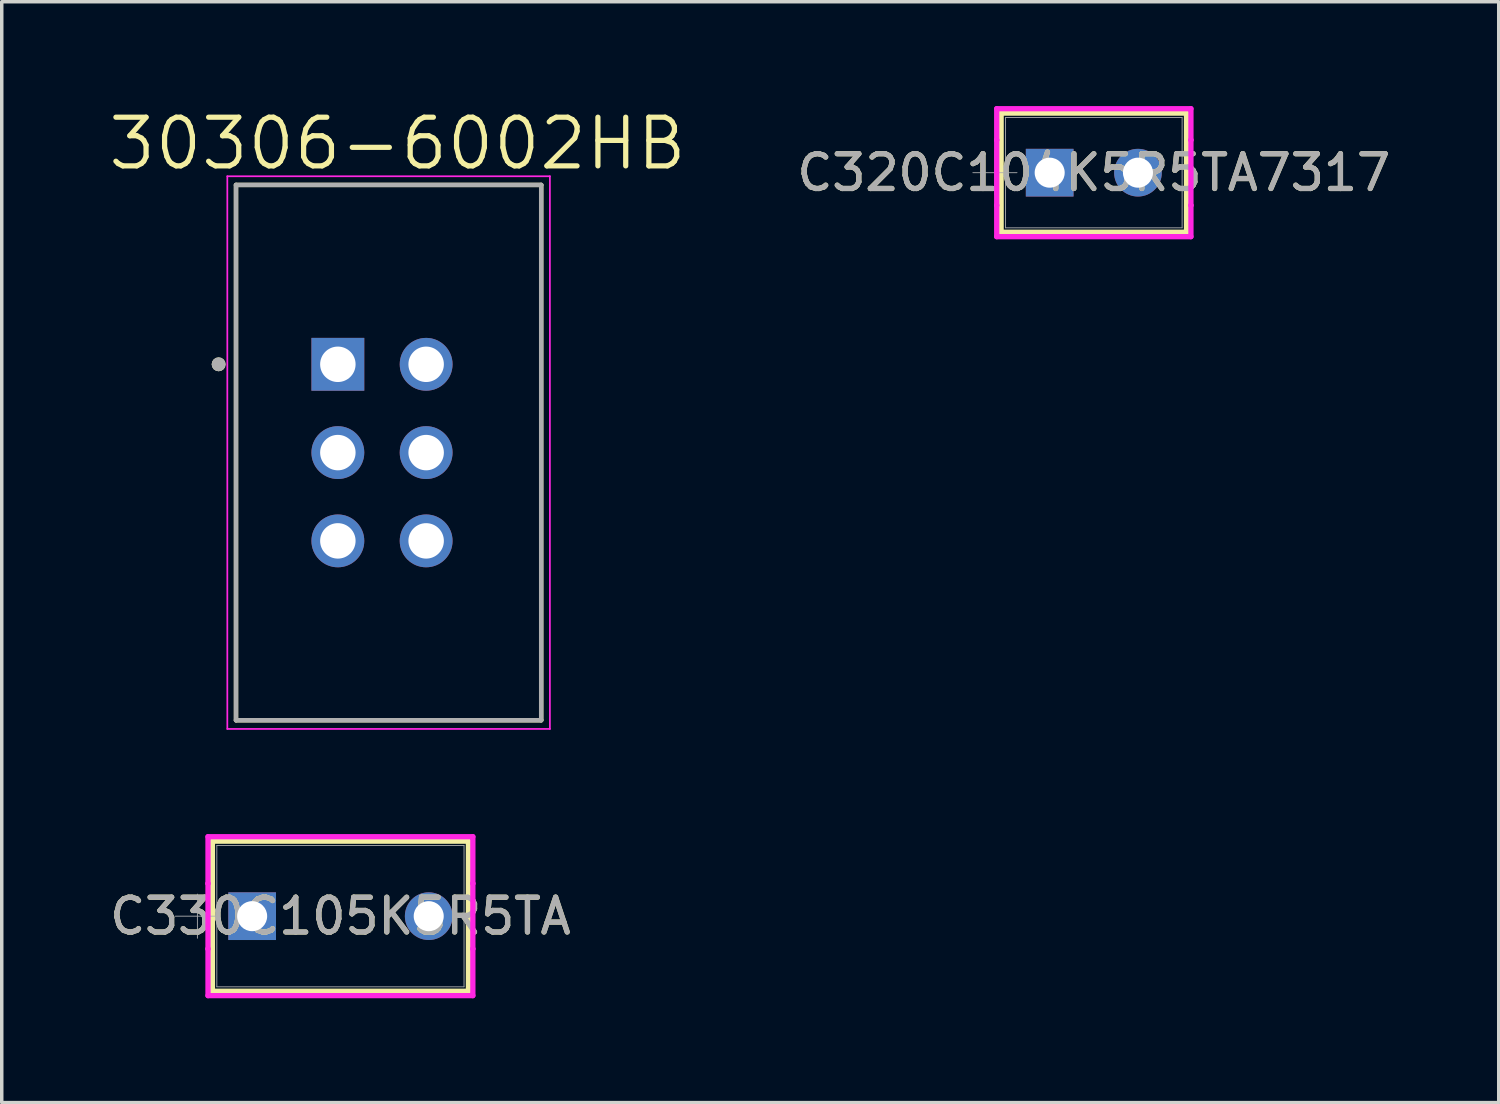
<source format=kicad_pcb>
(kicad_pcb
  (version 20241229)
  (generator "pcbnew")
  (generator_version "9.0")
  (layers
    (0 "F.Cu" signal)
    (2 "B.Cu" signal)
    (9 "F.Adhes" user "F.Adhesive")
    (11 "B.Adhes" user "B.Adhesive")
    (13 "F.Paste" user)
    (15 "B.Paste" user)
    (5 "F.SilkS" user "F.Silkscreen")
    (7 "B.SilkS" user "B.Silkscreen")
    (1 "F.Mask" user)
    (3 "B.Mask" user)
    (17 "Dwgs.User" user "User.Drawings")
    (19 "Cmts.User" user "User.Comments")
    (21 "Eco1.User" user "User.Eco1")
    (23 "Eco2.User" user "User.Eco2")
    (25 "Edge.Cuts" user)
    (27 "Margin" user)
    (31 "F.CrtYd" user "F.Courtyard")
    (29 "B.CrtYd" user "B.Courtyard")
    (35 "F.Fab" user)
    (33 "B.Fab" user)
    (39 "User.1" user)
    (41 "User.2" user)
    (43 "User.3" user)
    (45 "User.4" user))
  (footprint "C330C105K5R5TA"
    (layer "F.Cu")
    (at 4.204 23.308)
    (property "Reference" "C330C105K5R5TA" (at 2.54 0 0) (unlocked yes) (layer "F.SilkS") (effects (font (size 1 1) (thickness 0.15))))
    (attr through_hole)
    (fp_line (start -1.143 -2.159) (end -1.143 2.159) (stroke (width 0.152) (type solid)) (layer "F.SilkS"))
    (fp_line (start -1.143 2.159) (end 6.223 2.159) (stroke (width 0.152) (type solid)) (layer "F.SilkS"))
    (fp_line (start 6.223 -2.159) (end -1.143 -2.159) (stroke (width 0.152) (type solid)) (layer "F.SilkS"))
    (fp_line (start 6.223 2.159) (end 6.223 -2.159) (stroke (width 0.152) (type solid)) (layer "F.SilkS"))
    (fp_line (start -1.27 -2.286) (end 6.35 -2.286) (stroke (width 0.152) (type solid)) (layer "F.CrtYd"))
    (fp_line (start -1.27 -0.94) (end -1.27 -2.286) (stroke (width 0.152) (type solid)) (layer "F.CrtYd"))
    (fp_line (start -1.27 -0.94) (end -1.27 -0.94) (stroke (width 0.152) (type solid)) (layer "F.CrtYd"))
    (fp_line (start -1.27 0.94) (end -1.27 -0.94) (stroke (width 0.152) (type solid)) (layer "F.CrtYd"))
    (fp_line (start -1.27 0.94) (end -1.27 0.94) (stroke (width 0.152) (type solid)) (layer "F.CrtYd"))
    (fp_line (start -1.27 2.286) (end -1.27 0.94) (stroke (width 0.152) (type solid)) (layer "F.CrtYd"))
    (fp_line (start 6.35 -2.286) (end 6.35 -0.94) (stroke (width 0.152) (type solid)) (layer "F.CrtYd"))
    (fp_line (start 6.35 -0.94) (end 6.35 -0.94) (stroke (width 0.152) (type solid)) (layer "F.CrtYd"))
    (fp_line (start 6.35 -0.94) (end 6.35 0.94) (stroke (width 0.152) (type solid)) (layer "F.CrtYd"))
    (fp_line (start 6.35 0.94) (end 6.35 0.94) (stroke (width 0.152) (type solid)) (layer "F.CrtYd"))
    (fp_line (start 6.35 0.94) (end 6.35 2.286) (stroke (width 0.152) (type solid)) (layer "F.CrtYd"))
    (fp_line (start 6.35 2.286) (end -1.27 2.286) (stroke (width 0.152) (type solid)) (layer "F.CrtYd"))
    (fp_line (start -2.21 0) (end -0.94 0) (stroke (width 0.025) (type solid)) (layer "F.Fab"))
    (fp_line (start -1.575 -0.635) (end -1.575 0.635) (stroke (width 0.025) (type solid)) (layer "F.Fab"))
    (fp_line (start -1.016 -2.032) (end -1.016 2.032) (stroke (width 0.025) (type solid)) (layer "F.Fab"))
    (fp_line (start -1.016 2.032) (end 6.096 2.032) (stroke (width 0.025) (type solid)) (layer "F.Fab"))
    (fp_line (start 6.096 -2.032) (end -1.016 -2.032) (stroke (width 0.025) (type solid)) (layer "F.Fab"))
    (fp_line (start 6.096 2.032) (end 6.096 -2.032) (stroke (width 0.025) (type solid)) (layer "F.Fab"))
    (fp_text user "${REFERENCE}" (at 2.54 0 0) (unlocked yes) (layer "F.Fab") (effects (font (size 1 1) (thickness 0.15))))
    (pad "1" thru_hole rect (at 0 0) (size 1.372 1.372) (drill 0.864) (layers "*.Cu" "*.Mask"))
    (pad "2" thru_hole circle (at 5.08 0) (size 1.372 1.372) (drill 0.864) (layers "*.Cu" "*.Mask")))
  (footprint "C320C104K5R5TA7317"
    (layer "F.Cu")
    (at 27.149 1.918)
    (property "Reference" "C320C104K5R5TA7317" (at 1.27 0 0) (unlocked yes) (layer "F.SilkS") (effects (font (size 1 1) (thickness 0.15))))
    (attr through_hole)
    (fp_line (start -1.397 -1.714) (end -1.397 1.714) (stroke (width 0.152) (type solid)) (layer "F.SilkS"))
    (fp_line (start -1.397 1.714) (end 3.937 1.714) (stroke (width 0.152) (type solid)) (layer "F.SilkS"))
    (fp_line (start 3.937 -1.714) (end -1.397 -1.714) (stroke (width 0.152) (type solid)) (layer "F.SilkS"))
    (fp_line (start 3.937 1.714) (end 3.937 -1.714) (stroke (width 0.152) (type solid)) (layer "F.SilkS"))
    (fp_line (start -1.524 -1.841) (end 4.064 -1.841) (stroke (width 0.152) (type solid)) (layer "F.CrtYd"))
    (fp_line (start -1.524 -0.94) (end -1.524 -1.841) (stroke (width 0.152) (type solid)) (layer "F.CrtYd"))
    (fp_line (start -1.524 -0.94) (end -1.524 -0.94) (stroke (width 0.152) (type solid)) (layer "F.CrtYd"))
    (fp_line (start -1.524 0.94) (end -1.524 -0.94) (stroke (width 0.152) (type solid)) (layer "F.CrtYd"))
    (fp_line (start -1.524 0.94) (end -1.524 0.94) (stroke (width 0.152) (type solid)) (layer "F.CrtYd"))
    (fp_line (start -1.524 1.841) (end -1.524 0.94) (stroke (width 0.152) (type solid)) (layer "F.CrtYd"))
    (fp_line (start 4.064 -1.841) (end 4.064 -0.94) (stroke (width 0.152) (type solid)) (layer "F.CrtYd"))
    (fp_line (start 4.064 -0.94) (end 4.064 -0.94) (stroke (width 0.152) (type solid)) (layer "F.CrtYd"))
    (fp_line (start 4.064 -0.94) (end 4.064 0.94) (stroke (width 0.152) (type solid)) (layer "F.CrtYd"))
    (fp_line (start 4.064 0.94) (end 4.064 0.94) (stroke (width 0.152) (type solid)) (layer "F.CrtYd"))
    (fp_line (start 4.064 0.94) (end 4.064 1.841) (stroke (width 0.152) (type solid)) (layer "F.CrtYd"))
    (fp_line (start 4.064 1.841) (end -1.524 1.841) (stroke (width 0.152) (type solid)) (layer "F.CrtYd"))
    (fp_line (start -2.21 0) (end -0.94 0) (stroke (width 0.025) (type solid)) (layer "F.Fab"))
    (fp_line (start -1.575 -0.635) (end -1.575 0.635) (stroke (width 0.025) (type solid)) (layer "F.Fab"))
    (fp_line (start -1.27 -1.587) (end -1.27 1.587) (stroke (width 0.025) (type solid)) (layer "F.Fab"))
    (fp_line (start -1.27 1.587) (end 3.81 1.587) (stroke (width 0.025) (type solid)) (layer "F.Fab"))
    (fp_line (start 3.81 -1.587) (end -1.27 -1.587) (stroke (width 0.025) (type solid)) (layer "F.Fab"))
    (fp_line (start 3.81 1.587) (end 3.81 -1.587) (stroke (width 0.025) (type solid)) (layer "F.Fab"))
    (fp_text user "${REFERENCE}" (at 1.27 0 0) (unlocked yes) (layer "F.Fab") (effects (font (size 1 1) (thickness 0.15))))
    (pad "1" thru_hole rect (at 0 0) (size 1.372 1.372) (drill 0.864) (layers "*.Cu" "*.Mask"))
    (pad "2" thru_hole circle (at 2.54 0) (size 1.372 1.372) (drill 0.864) (layers "*.Cu" "*.Mask")))
  (footprint "30306-6002HB"
    (layer "F.Cu")
    (at 6.67 7.431)
    (property "Reference" "30306-6002HB" (at 1.715 -6.349 0) (layer "F.SilkS") (effects (font (size 1.4 1.4) (thickness 0.15))))
    (attr through_hole)
    (fp_line (start -2.93 -5.16) (end 5.85 -5.16) (stroke (width 0.127) (type solid)) (layer "F.SilkS"))
    (fp_line (start -2.93 10.24) (end -2.93 -5.16) (stroke (width 0.127) (type solid)) (layer "F.SilkS"))
    (fp_line (start 5.85 -5.16) (end 5.85 10.24) (stroke (width 0.127) (type solid)) (layer "F.SilkS"))
    (fp_line (start 5.85 10.24) (end -2.93 10.24) (stroke (width 0.127) (type solid)) (layer "F.SilkS"))
    (fp_circle (center -3.43 0) (end -3.33 0) (stroke (width 0.2) (type solid)) (fill no) (layer "F.SilkS"))
    (fp_line (start -3.18 -5.41) (end 6.1 -5.41) (stroke (width 0.05) (type solid)) (layer "F.CrtYd"))
    (fp_line (start -3.18 10.49) (end -3.18 -5.41) (stroke (width 0.05) (type solid)) (layer "F.CrtYd"))
    (fp_line (start 6.1 -5.41) (end 6.1 10.49) (stroke (width 0.05) (type solid)) (layer "F.CrtYd"))
    (fp_line (start 6.1 10.49) (end -3.18 10.49) (stroke (width 0.05) (type solid)) (layer "F.CrtYd"))
    (fp_line (start -2.93 -5.16) (end 5.85 -5.16) (stroke (width 0.127) (type solid)) (layer "F.Fab"))
    (fp_line (start -2.93 10.24) (end -2.93 -5.16) (stroke (width 0.127) (type solid)) (layer "F.Fab"))
    (fp_line (start 5.85 -5.16) (end 5.85 10.24) (stroke (width 0.127) (type solid)) (layer "F.Fab"))
    (fp_line (start 5.85 10.24) (end -2.93 10.24) (stroke (width 0.127) (type solid)) (layer "F.Fab"))
    (fp_circle (center -3.43 0) (end -3.33 0) (stroke (width 0.2) (type solid)) (fill no) (layer "F.Fab"))
    (pad "1" thru_hole rect (at 0 0) (size 1.52 1.52) (drill 1.02) (layers "*.Cu" "*.Mask"))
    (pad "2" thru_hole circle (at 2.54 0) (size 1.52 1.52) (drill 1.02) (layers "*.Cu" "*.Mask"))
    (pad "3" thru_hole circle (at 0 2.54) (size 1.52 1.52) (drill 1.02) (layers "*.Cu" "*.Mask"))
    (pad "4" thru_hole circle (at 2.54 2.54) (size 1.52 1.52) (drill 1.02) (layers "*.Cu" "*.Mask"))
    (pad "5" thru_hole circle (at 0 5.08) (size 1.52 1.52) (drill 1.02) (layers "*.Cu" "*.Mask"))
    (pad "6" thru_hole circle (at 2.54 5.08) (size 1.52 1.52) (drill 1.02) (layers "*.Cu" "*.Mask")))
  (gr_rect
    (start -3 -3)
    (end 40.068 28.671)
    (stroke (width 0.1) (type default))
    (fill no)
    (layer "Edge.Cuts")))
</source>
